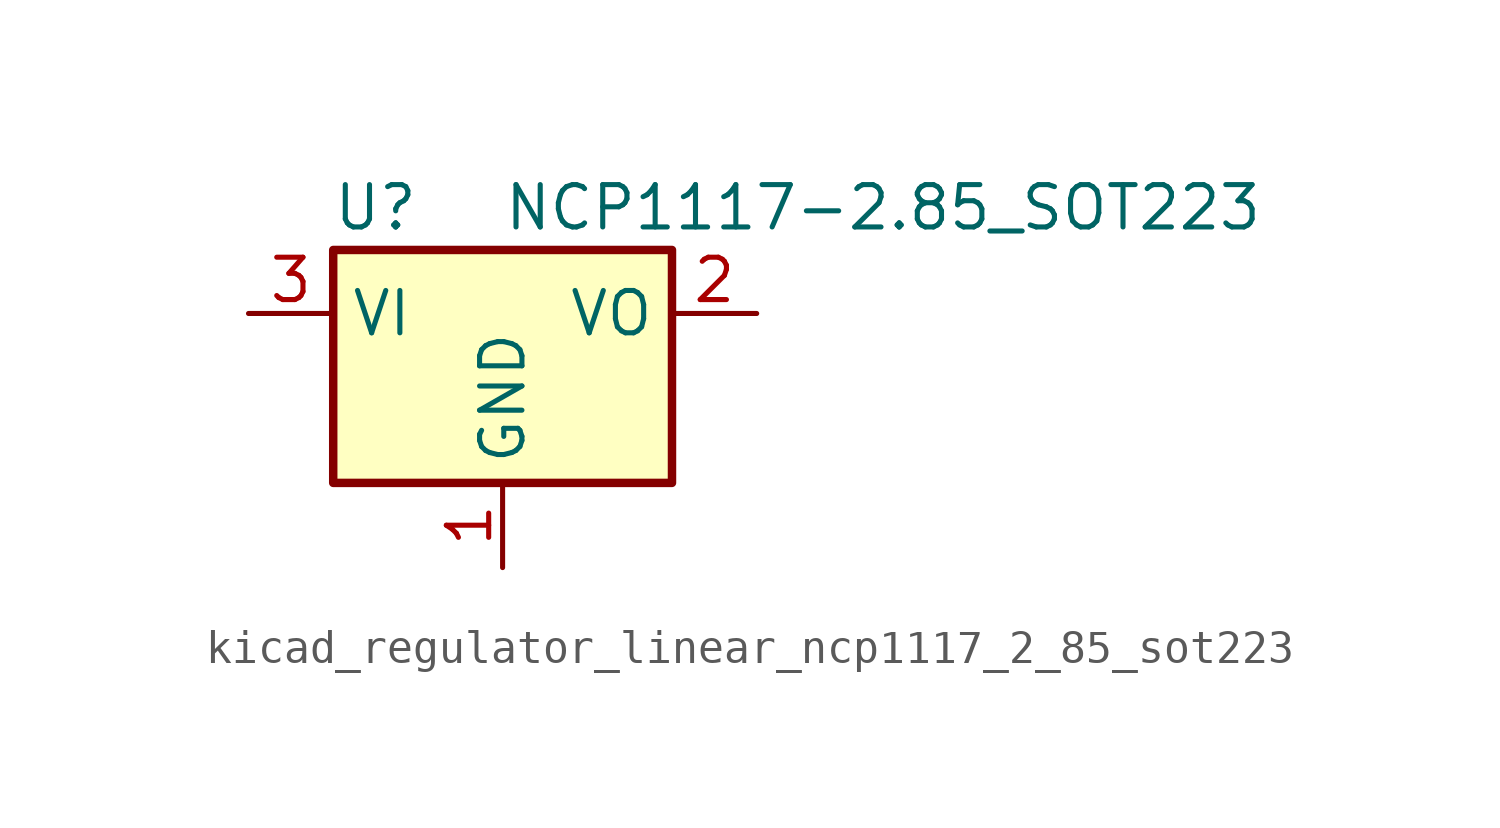
<source format=kicad_sym>
(kicad_symbol_lib
  (version 20220914)
  (generator kicad_symbol_editor)
  (symbol "kicad_regulator_linear_ncp1117_2_85_sot223"
    (property "Reference" "U"
      (at -3.81 3.175 0)
      (effects (font (size 1.27 1.27))))
    (property "Value" "NCP1117-2.85_SOT223"
      (at 0 3.175 0)
      (effects (font (size 1.27 1.27)) (justify left)))
    (symbol "kicad_regulator_linear_ncp1117_2_85_sot223_0_1"
      (rectangle (start -5.08 -5.08) (end 5.08 1.905) (stroke (width 0.254) (type default)) (fill (type background))))
    (symbol "kicad_regulator_linear_ncp1117_2_85_sot223_1_1"
      (pin power_in line (at 0 -7.62 90) (length 2.54) (name "GND" (effects (font (size 1.27 1.27)))) (number "1" (effects (font (size 1.27 1.27)))))
      (pin power_out line (at 7.62 0 180) (length 2.54) (name "VO" (effects (font (size 1.27 1.27)))) (number "2" (effects (font (size 1.27 1.27)))))
      (pin power_in line (at -7.62 0 0) (length 2.54) (name "VI" (effects (font (size 1.27 1.27)))) (number "3" (effects (font (size 1.27 1.27))))))))
</source>
